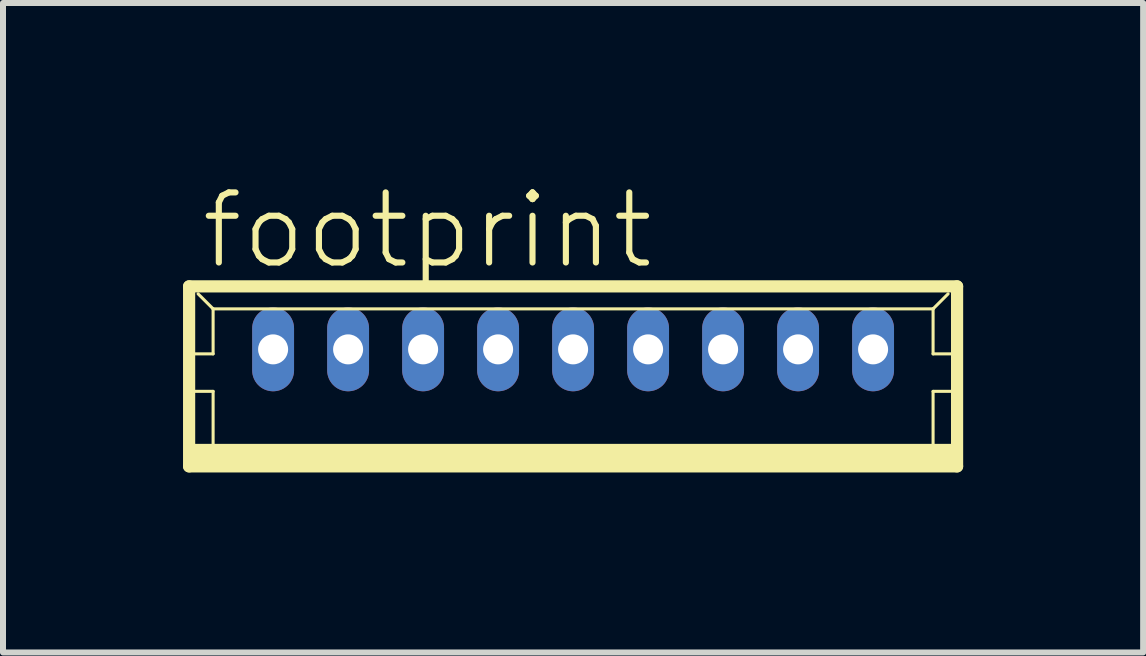
<source format=kicad_pcb>
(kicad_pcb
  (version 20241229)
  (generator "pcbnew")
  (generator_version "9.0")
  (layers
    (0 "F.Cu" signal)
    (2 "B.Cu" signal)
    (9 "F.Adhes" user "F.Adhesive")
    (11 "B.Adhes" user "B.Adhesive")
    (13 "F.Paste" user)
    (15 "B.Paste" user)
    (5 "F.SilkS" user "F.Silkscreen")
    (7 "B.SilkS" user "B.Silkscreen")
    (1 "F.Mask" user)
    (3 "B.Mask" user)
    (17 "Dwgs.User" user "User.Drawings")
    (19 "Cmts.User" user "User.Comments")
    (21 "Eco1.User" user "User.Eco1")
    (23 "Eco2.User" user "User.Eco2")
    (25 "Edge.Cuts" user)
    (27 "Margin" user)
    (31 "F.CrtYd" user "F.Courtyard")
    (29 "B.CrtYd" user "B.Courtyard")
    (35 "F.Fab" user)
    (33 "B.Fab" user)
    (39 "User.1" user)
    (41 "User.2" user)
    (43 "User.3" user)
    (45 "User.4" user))
  (footprint "footprint"
    (layer "F.Cu")
    (at 6.502 3.223)
    (property "Reference" "footprint" (at -6.25 -1.75 0) (layer "F.SilkS") (effects (font (size 1.168 1.168) (thickness 0.102)) (justify left bottom)))
    (fp_line (start -6.4 -1.5) (end -6.4 1.5) (stroke (width 0.203) (type solid)) (layer "F.SilkS"))
    (fp_line (start -6.4 1.5) (end 6.4 1.5) (stroke (width 0.203) (type solid)) (layer "F.SilkS"))
    (fp_line (start -6.375 -0.375) (end -6 -0.375) (stroke (width 0.051) (type solid)) (layer "F.SilkS"))
    (fp_line (start -6.375 0.25) (end -6 0.25) (stroke (width 0.051) (type solid)) (layer "F.SilkS"))
    (fp_line (start -6 -1.125) (end -6.25 -1.375) (stroke (width 0.051) (type solid)) (layer "F.SilkS"))
    (fp_line (start -6 -1.125) (end 6 -1.125) (stroke (width 0.051) (type solid)) (layer "F.SilkS"))
    (fp_line (start -6 -0.375) (end -6 -1.125) (stroke (width 0.051) (type solid)) (layer "F.SilkS"))
    (fp_line (start -6 0.25) (end -6 1.25) (stroke (width 0.051) (type solid)) (layer "F.SilkS"))
    (fp_line (start 6 -1.125) (end 6 -0.375) (stroke (width 0.051) (type solid)) (layer "F.SilkS"))
    (fp_line (start 6 -1.125) (end 6.25 -1.375) (stroke (width 0.051) (type solid)) (layer "F.SilkS"))
    (fp_line (start 6 -0.375) (end 6.375 -0.375) (stroke (width 0.051) (type solid)) (layer "F.SilkS"))
    (fp_line (start 6 0.25) (end 6 1.25) (stroke (width 0.051) (type solid)) (layer "F.SilkS"))
    (fp_line (start 6 0.25) (end 6.375 0.25) (stroke (width 0.051) (type solid)) (layer "F.SilkS"))
    (fp_line (start 6.4 -1.5) (end -6.4 -1.5) (stroke (width 0.203) (type solid)) (layer "F.SilkS"))
    (fp_line (start 6.4 1.5) (end 6.4 -1.5) (stroke (width 0.203) (type solid)) (layer "F.SilkS"))
    (fp_poly (pts (xy -6.375 1.5) (xy 6.375 1.5) (xy 6.375 1.125) (xy -6.375 1.125)) (stroke (width 0) (type solid)) (fill yes) (layer "F.SilkS"))
    (pad "1" thru_hole oval (at 5 -0.45 90) (size 1.397 0.698) (drill 0.5) (layers "*.Cu" "*.Mask"))
    (pad "2" thru_hole oval (at 3.75 -0.45 90) (size 1.397 0.698) (drill 0.5) (layers "*.Cu" "*.Mask"))
    (pad "3" thru_hole oval (at 2.5 -0.45 90) (size 1.397 0.698) (drill 0.5) (layers "*.Cu" "*.Mask"))
    (pad "4" thru_hole oval (at 1.25 -0.45 90) (size 1.397 0.698) (drill 0.5) (layers "*.Cu" "*.Mask"))
    (pad "5" thru_hole oval (at 0 -0.45 90) (size 1.397 0.698) (drill 0.5) (layers "*.Cu" "*.Mask"))
    (pad "6" thru_hole oval (at -1.25 -0.45 90) (size 1.397 0.698) (drill 0.5) (layers "*.Cu" "*.Mask"))
    (pad "7" thru_hole oval (at -2.5 -0.45 90) (size 1.397 0.698) (drill 0.5) (layers "*.Cu" "*.Mask"))
    (pad "8" thru_hole oval (at -3.75 -0.45 90) (size 1.397 0.698) (drill 0.5) (layers "*.Cu" "*.Mask"))
    (pad "9" thru_hole oval (at -5 -0.45 90) (size 1.397 0.698) (drill 0.5) (layers "*.Cu" "*.Mask")))
  (gr_rect
    (start -3 -3)
    (end 16.003 7.825)
    (stroke (width 0.1) (type default))
    (fill no)
    (layer "Edge.Cuts")))
</source>
